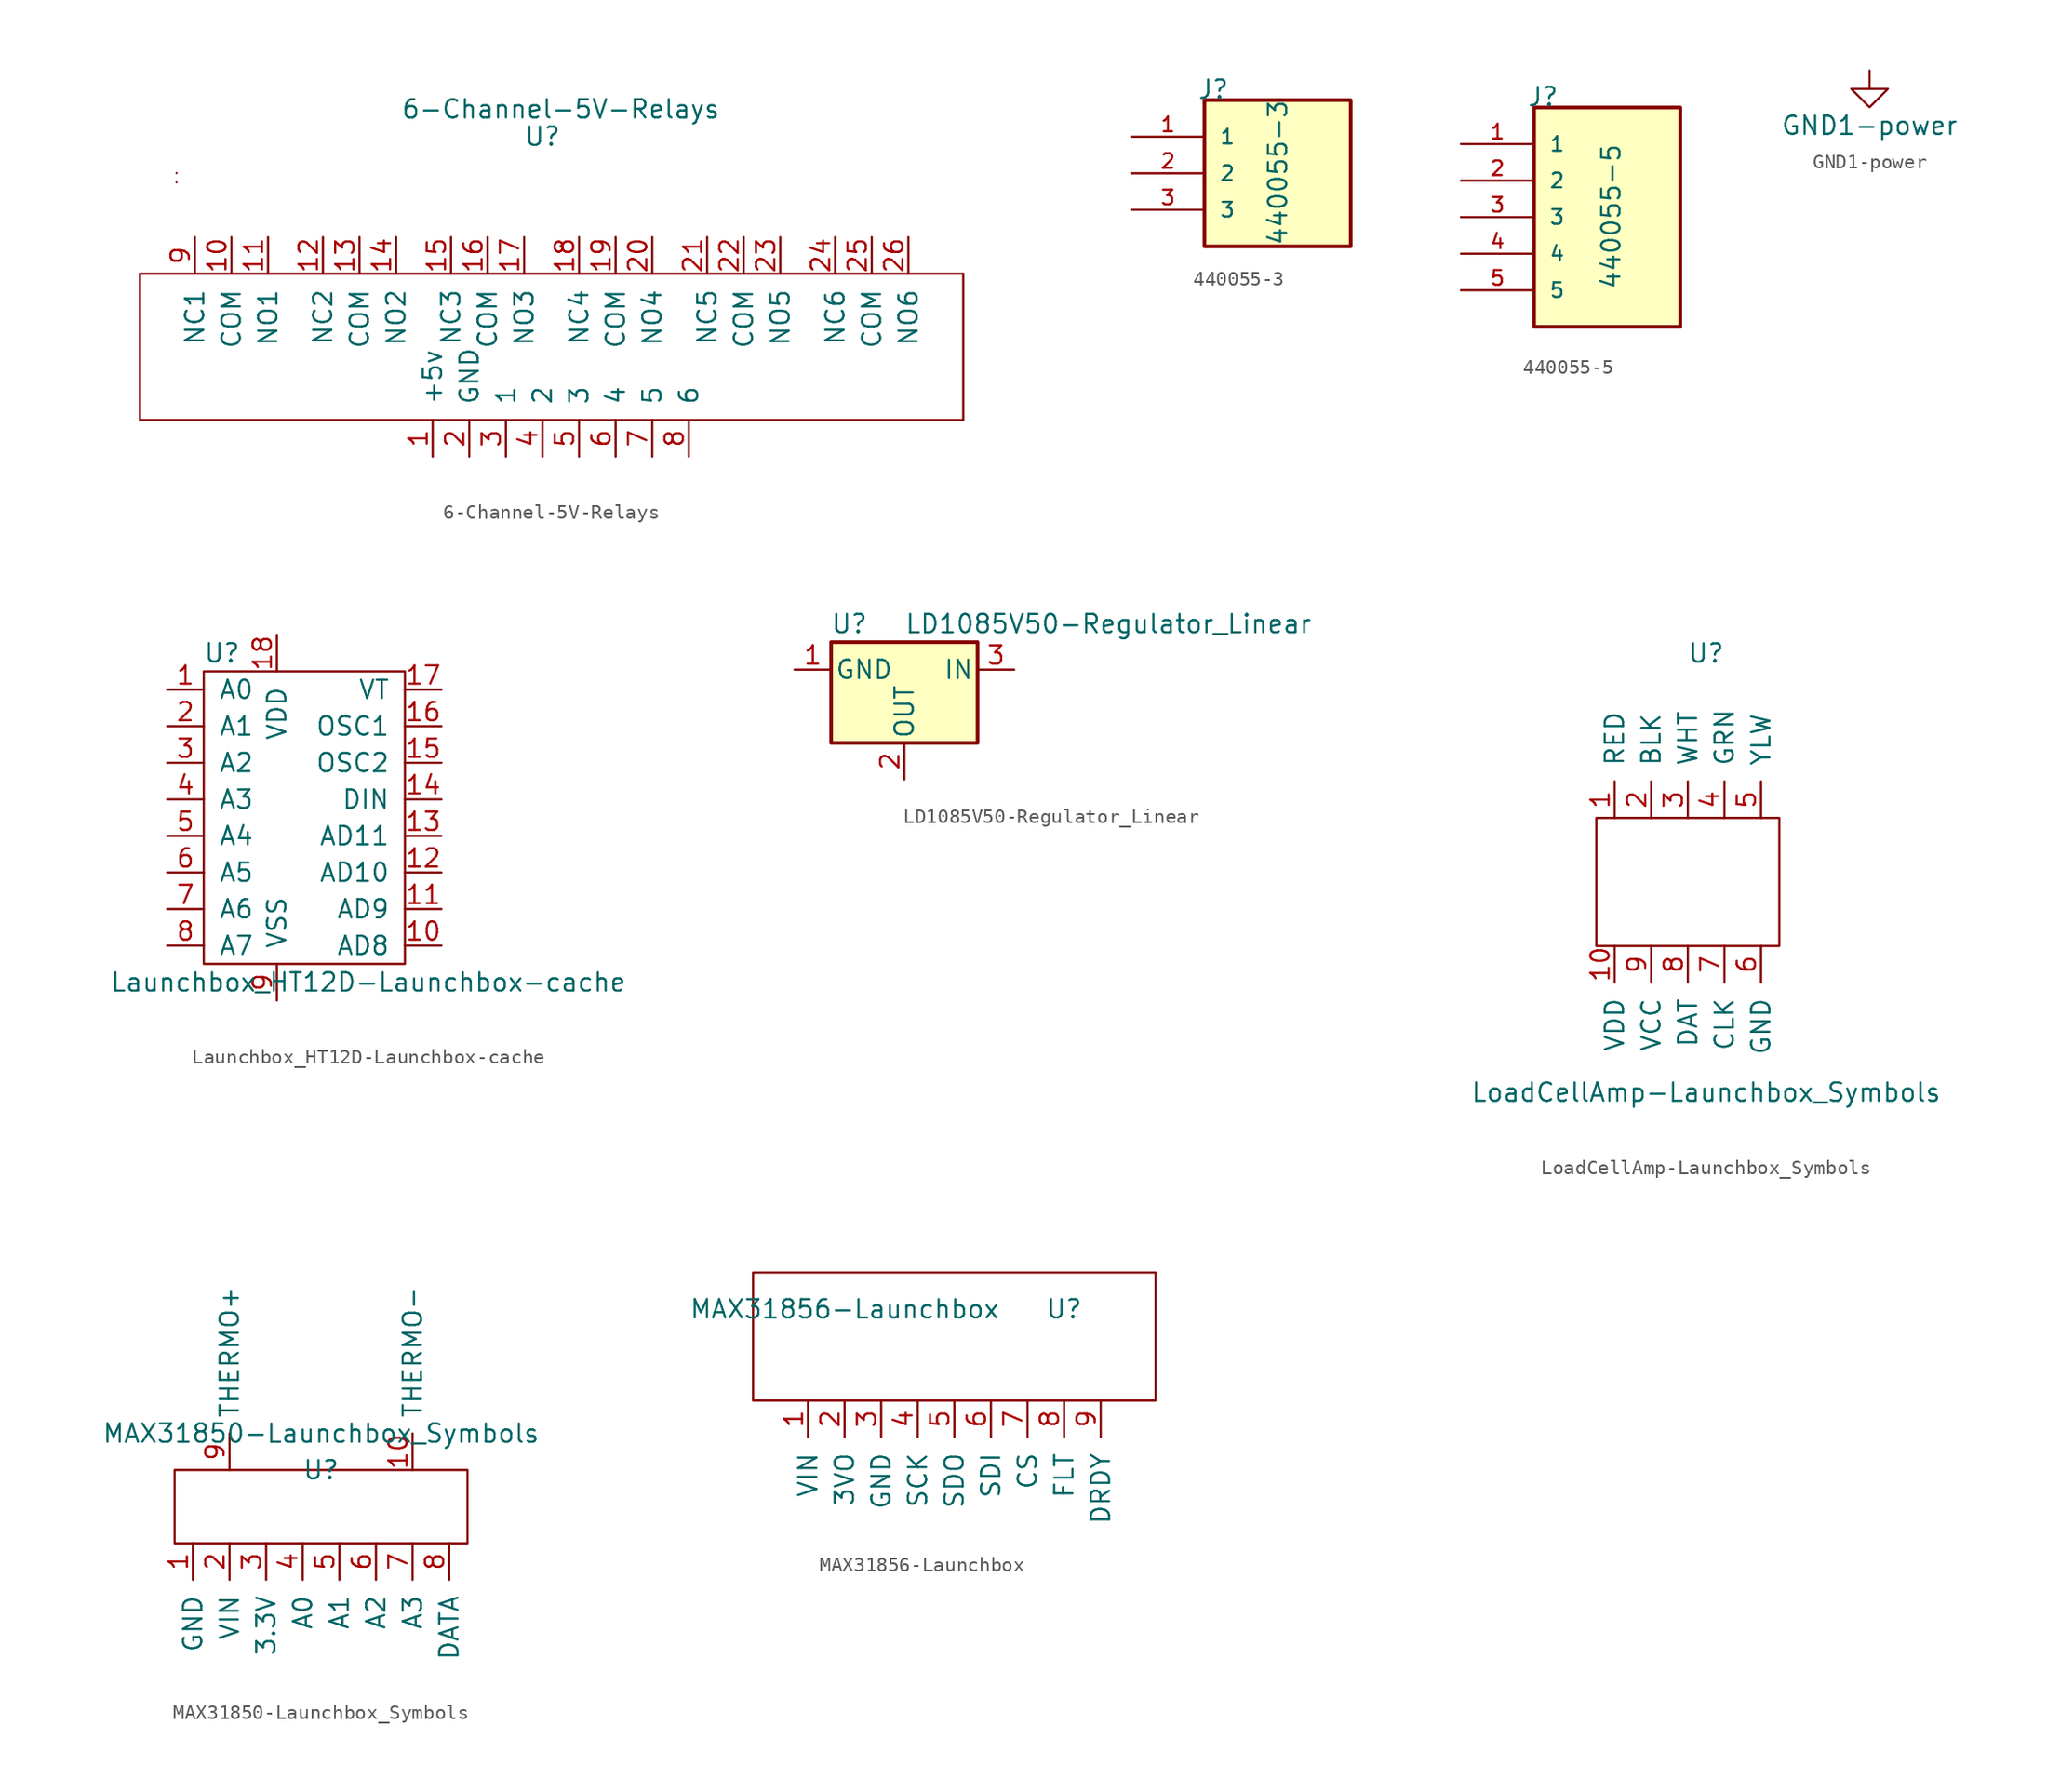
<source format=kicad_sym>
(kicad_symbol_lib
  (version 20211014)
  (generator kicad_symbol_editor)
  (symbol "6-Channel-5V-Relays"
    (pin_names
      (offset 1.016))
    (property "Reference" "U"
      (at 0 14.605 0)
      (effects (font (size 1.27 1.27))))
    (property "Value" "6-Channel-5V-Relays"
      (at 1.27 16.51 0)
      (effects (font (size 1.27 1.27))))
    (symbol "6-Channel-5V-Relays_0_1"
      (rectangle (start -25.4 11.43) (end -25.4 11.43) (stroke (width 0) (type default) (color 0 0 0 0)) (fill (type none)))
      (polyline (pts (xy -25.4 12.065) (xy -25.4 12.065)) (stroke (width 0) (type default) (color 0 0 0 0)) (fill (type none)))
      (polyline (pts (xy -27.94 5.08) (xy 29.21 5.08) (xy 29.21 -5.08) (xy -27.94 -5.08) (xy -27.94 5.08)) (stroke (width 0) (type default) (color 0 0 0 0)) (fill (type none)))
      (rectangle (start 1.27 6.985) (end 1.27 6.985) (stroke (width 0) (type default) (color 0 0 0 0)) (fill (type none)))
      (rectangle (start 1.27 6.985) (end 1.27 6.985) (stroke (width 0) (type default) (color 0 0 0 0)) (fill (type none))))
    (symbol "6-Channel-5V-Relays_1_1"
      (pin input line (at -7.62 -7.62 90) (length 2.54) (name "+5v" (effects (font (size 1.27 1.27)))) (number "1" (effects (font (size 1.27 1.27)))))
      (pin output line (at -21.59 7.62 270) (length 2.54) (name "COM" (effects (font (size 1.27 1.27)))) (number "10" (effects (font (size 1.27 1.27)))))
      (pin output line (at -19.05 7.62 270) (length 2.54) (name "NO1" (effects (font (size 1.27 1.27)))) (number "11" (effects (font (size 1.27 1.27)))))
      (pin output line (at -15.24 7.62 270) (length 2.54) (name "NC2" (effects (font (size 1.27 1.27)))) (number "12" (effects (font (size 1.27 1.27)))))
      (pin output line (at -12.7 7.62 270) (length 2.54) (name "COM" (effects (font (size 1.27 1.27)))) (number "13" (effects (font (size 1.27 1.27)))))
      (pin output line (at -10.16 7.62 270) (length 2.54) (name "NO2" (effects (font (size 1.27 1.27)))) (number "14" (effects (font (size 1.27 1.27)))))
      (pin output line (at -6.35 7.62 270) (length 2.54) (name "NC3" (effects (font (size 1.27 1.27)))) (number "15" (effects (font (size 1.27 1.27)))))
      (pin output line (at -3.81 7.62 270) (length 2.54) (name "COM" (effects (font (size 1.27 1.27)))) (number "16" (effects (font (size 1.27 1.27)))))
      (pin output line (at -1.27 7.62 270) (length 2.54) (name "NO3" (effects (font (size 1.27 1.27)))) (number "17" (effects (font (size 1.27 1.27)))))
      (pin output line (at 2.54 7.62 270) (length 2.54) (name "NC4" (effects (font (size 1.27 1.27)))) (number "18" (effects (font (size 1.27 1.27)))))
      (pin output line (at 5.08 7.62 270) (length 2.54) (name "COM" (effects (font (size 1.27 1.27)))) (number "19" (effects (font (size 1.27 1.27)))))
      (pin input line (at -5.08 -7.62 90) (length 2.54) (name "GND" (effects (font (size 1.27 1.27)))) (number "2" (effects (font (size 1.27 1.27)))))
      (pin output line (at 7.62 7.62 270) (length 2.54) (name "NO4" (effects (font (size 1.27 1.27)))) (number "20" (effects (font (size 1.27 1.27)))))
      (pin output line (at 11.43 7.62 270) (length 2.54) (name "NC5" (effects (font (size 1.27 1.27)))) (number "21" (effects (font (size 1.27 1.27)))))
      (pin output line (at 13.97 7.62 270) (length 2.54) (name "COM" (effects (font (size 1.27 1.27)))) (number "22" (effects (font (size 1.27 1.27)))))
      (pin output line (at 16.51 7.62 270) (length 2.54) (name "NO5" (effects (font (size 1.27 1.27)))) (number "23" (effects (font (size 1.27 1.27)))))
      (pin output line (at 20.32 7.62 270) (length 2.54) (name "NC6" (effects (font (size 1.27 1.27)))) (number "24" (effects (font (size 1.27 1.27)))))
      (pin output line (at 22.86 7.62 270) (length 2.54) (name "COM" (effects (font (size 1.27 1.27)))) (number "25" (effects (font (size 1.27 1.27)))))
      (pin output line (at 25.4 7.62 270) (length 2.54) (name "NO6" (effects (font (size 1.27 1.27)))) (number "26" (effects (font (size 1.27 1.27)))))
      (pin input line (at -2.54 -7.62 90) (length 2.54) (name "1" (effects (font (size 1.27 1.27)))) (number "3" (effects (font (size 1.27 1.27)))))
      (pin input line (at 0 -7.62 90) (length 2.54) (name "2" (effects (font (size 1.27 1.27)))) (number "4" (effects (font (size 1.27 1.27)))))
      (pin input line (at 2.54 -7.62 90) (length 2.54) (name "3" (effects (font (size 1.27 1.27)))) (number "5" (effects (font (size 1.27 1.27)))))
      (pin input line (at 5.08 -7.62 90) (length 2.54) (name "4" (effects (font (size 1.27 1.27)))) (number "6" (effects (font (size 1.27 1.27)))))
      (pin input line (at 7.62 -7.62 90) (length 2.54) (name "5" (effects (font (size 1.27 1.27)))) (number "7" (effects (font (size 1.27 1.27)))))
      (pin input line (at 10.16 -7.62 90) (length 2.54) (name "6" (effects (font (size 1.27 1.27)))) (number "8" (effects (font (size 1.27 1.27)))))
      (pin output line (at -24.13 7.62 270) (length 2.54) (name "NC1" (effects (font (size 1.27 1.27)))) (number "9" (effects (font (size 1.27 1.27)))))))
  (symbol "440055-3"
    (pin_names
      (offset 1.016))
    (property "Reference" "J"
      (at -5.588 5.08 0)
      (effects (font (size 1.27 1.27)) (justify left bottom)))
    (property "Value" "440055-3"
      (at 0.762 -5.08 90)
      (effects (font (size 1.27 1.27)) (justify left bottom)))
    (property "ki_locked" ""
      (at 0 0 0)
      (effects (font (size 1.27 1.27))))
    (symbol "440055-3_0_0"
      (rectangle (start -5.08 -5.08) (end 5.08 5.08) (stroke (width 0.254) (type default) (color 0 0 0 0)) (fill (type background)))
      (pin passive line (at -10.16 2.54 0) (length 5.08) (name "1" (effects (font (size 1.016 1.016)))) (number "1" (effects (font (size 1.016 1.016)))))
      (pin passive line (at -10.16 0 0) (length 5.08) (name "2" (effects (font (size 1.016 1.016)))) (number "2" (effects (font (size 1.016 1.016)))))
      (pin passive line (at -10.16 -2.54 0) (length 5.08) (name "3" (effects (font (size 1.016 1.016)))) (number "3" (effects (font (size 1.016 1.016)))))))
  (symbol "440055-5"
    (pin_names
      (offset 1.016))
    (property "Reference" "J"
      (at -5.588 7.62 0)
      (effects (font (size 1.27 1.27)) (justify left bottom)))
    (property "Value" "440055-5"
      (at 1.016 -5.08 90)
      (effects (font (size 1.27 1.27)) (justify left bottom)))
    (property "ki_locked" ""
      (at 0 0 0)
      (effects (font (size 1.27 1.27))))
    (symbol "440055-5_0_0"
      (rectangle (start -5.08 -7.62) (end 5.08 7.62) (stroke (width 0.254) (type default) (color 0 0 0 0)) (fill (type background)))
      (pin passive line (at -10.16 5.08 0) (length 5.08) (name "1" (effects (font (size 1.016 1.016)))) (number "1" (effects (font (size 1.016 1.016)))))
      (pin passive line (at -10.16 2.54 0) (length 5.08) (name "2" (effects (font (size 1.016 1.016)))) (number "2" (effects (font (size 1.016 1.016)))))
      (pin passive line (at -10.16 0 0) (length 5.08) (name "3" (effects (font (size 1.016 1.016)))) (number "3" (effects (font (size 1.016 1.016)))))
      (pin passive line (at -10.16 -2.54 0) (length 5.08) (name "4" (effects (font (size 1.016 1.016)))) (number "4" (effects (font (size 1.016 1.016)))))
      (pin passive line (at -10.16 -5.08 0) (length 5.08) (name "5" (effects (font (size 1.016 1.016)))) (number "5" (effects (font (size 1.016 1.016)))))))
  (symbol "GND1-power"
    (power)
    (pin_names
      (offset 0))
    (property "Reference" "#PWR"
      (at 0 -6.35 0)
      (effects (font (size 1.27 1.27)) hide))
    (property "Value" "GND1-power"
      (at 0 -3.81 0)
      (effects (font (size 1.27 1.27))))
    (symbol "GND1-power_0_1"
      (polyline (pts (xy 0 0) (xy 0 -1.27) (xy 1.27 -1.27) (xy 0 -2.54) (xy -1.27 -1.27) (xy 0 -1.27)) (stroke (width 0) (type default) (color 0 0 0 0)) (fill (type none))))
    (symbol "GND1-power_1_1"
      (pin power_in line (at 0 0 270) (length 0) hide (name "GND1" (effects (font (size 1.27 1.27)))) (number "1" (effects (font (size 1.27 1.27)))))))
  (symbol "Launchbox_HT12D-Launchbox-cache"
    (pin_names
      (offset 1.016))
    (property "Reference" "U"
      (at -1.27 11.43 0)
      (effects (font (size 1.27 1.27))))
    (property "Value" "Launchbox_HT12D-Launchbox-cache"
      (at 8.89 -11.43 0)
      (effects (font (size 1.27 1.27))))
    (symbol "Launchbox_HT12D-Launchbox-cache_0_1"
      (rectangle (start -2.54 10.16) (end 11.43 -10.16) (stroke (width 0) (type default) (color 0 0 0 0)) (fill (type none))))
    (symbol "Launchbox_HT12D-Launchbox-cache_1_1"
      (pin input line (at -5.08 8.89 0) (length 2.54) (name "A0" (effects (font (size 1.27 1.27)))) (number "1" (effects (font (size 1.27 1.27)))))
      (pin input line (at 13.97 -8.89 180) (length 2.54) (name "AD8" (effects (font (size 1.27 1.27)))) (number "10" (effects (font (size 1.27 1.27)))))
      (pin input line (at 13.97 -6.35 180) (length 2.54) (name "AD9" (effects (font (size 1.27 1.27)))) (number "11" (effects (font (size 1.27 1.27)))))
      (pin input line (at 13.97 -3.81 180) (length 2.54) (name "AD10" (effects (font (size 1.27 1.27)))) (number "12" (effects (font (size 1.27 1.27)))))
      (pin input line (at 13.97 -1.27 180) (length 2.54) (name "AD11" (effects (font (size 1.27 1.27)))) (number "13" (effects (font (size 1.27 1.27)))))
      (pin input line (at 13.97 1.27 180) (length 2.54) (name "DIN" (effects (font (size 1.27 1.27)))) (number "14" (effects (font (size 1.27 1.27)))))
      (pin input line (at 13.97 3.81 180) (length 2.54) (name "OSC2" (effects (font (size 1.27 1.27)))) (number "15" (effects (font (size 1.27 1.27)))))
      (pin input line (at 13.97 6.35 180) (length 2.54) (name "OSC1" (effects (font (size 1.27 1.27)))) (number "16" (effects (font (size 1.27 1.27)))))
      (pin input line (at 13.97 8.89 180) (length 2.54) (name "VT" (effects (font (size 1.27 1.27)))) (number "17" (effects (font (size 1.27 1.27)))))
      (pin input line (at 2.54 12.7 270) (length 2.54) (name "VDD" (effects (font (size 1.27 1.27)))) (number "18" (effects (font (size 1.27 1.27)))))
      (pin input line (at -5.08 6.35 0) (length 2.54) (name "A1" (effects (font (size 1.27 1.27)))) (number "2" (effects (font (size 1.27 1.27)))))
      (pin input line (at -5.08 3.81 0) (length 2.54) (name "A2" (effects (font (size 1.27 1.27)))) (number "3" (effects (font (size 1.27 1.27)))))
      (pin input line (at -5.08 1.27 0) (length 2.54) (name "A3" (effects (font (size 1.27 1.27)))) (number "4" (effects (font (size 1.27 1.27)))))
      (pin input line (at -5.08 -1.27 0) (length 2.54) (name "A4" (effects (font (size 1.27 1.27)))) (number "5" (effects (font (size 1.27 1.27)))))
      (pin input line (at -5.08 -3.81 0) (length 2.54) (name "A5" (effects (font (size 1.27 1.27)))) (number "6" (effects (font (size 1.27 1.27)))))
      (pin input line (at -5.08 -6.35 0) (length 2.54) (name "A6" (effects (font (size 1.27 1.27)))) (number "7" (effects (font (size 1.27 1.27)))))
      (pin input line (at -5.08 -8.89 0) (length 2.54) (name "A7" (effects (font (size 1.27 1.27)))) (number "8" (effects (font (size 1.27 1.27)))))
      (pin input line (at 2.54 -12.7 90) (length 2.54) (name "VSS" (effects (font (size 1.27 1.27)))) (number "9" (effects (font (size 1.27 1.27)))))))
  (symbol "LD1085V50-Regulator_Linear"
    (pin_names
      (offset 0.254))
    (property "Reference" "U"
      (at -3.81 3.175 0)
      (effects (font (size 1.27 1.27))))
    (property "Value" "LD1085V50-Regulator_Linear"
      (at 0 3.175 0)
      (effects (font (size 1.27 1.27)) (justify left)))
    (symbol "LD1085V50-Regulator_Linear_0_1"
      (rectangle (start -5.08 1.905) (end 5.08 -5.08) (stroke (width 0.254) (type default) (color 0 0 0 0)) (fill (type background))))
    (symbol "LD1085V50-Regulator_Linear_1_1"
      (pin power_in line (at -7.62 0 0) (length 2.54) (name "GND" (effects (font (size 1.27 1.27)))) (number "1" (effects (font (size 1.27 1.27)))))
      (pin power_out line (at 0 -7.62 90) (length 2.54) (name "OUT" (effects (font (size 1.27 1.27)))) (number "2" (effects (font (size 1.27 1.27)))))
      (pin power_in line (at 7.62 0 180) (length 2.54) (name "IN" (effects (font (size 1.27 1.27)))) (number "3" (effects (font (size 1.27 1.27)))))))
  (symbol "LoadCellAmp-Launchbox_Symbols"
    (pin_names
      (offset 1.016))
    (property "Reference" "U"
      (at 0 15.24 0)
      (effects (font (size 1.27 1.27))))
    (property "Value" "LoadCellAmp-Launchbox_Symbols"
      (at 0 -15.24 0)
      (effects (font (size 1.27 1.27))))
    (symbol "LoadCellAmp-Launchbox_Symbols_0_1"
      (rectangle (start -7.62 3.81) (end 5.08 -5.08) (stroke (width 0) (type default) (color 0 0 0 0)) (fill (type none))))
    (symbol "LoadCellAmp-Launchbox_Symbols_1_1"
      (pin input line (at -6.35 3.81 90) (length 2.54) (name "RED" (effects (font (size 1.27 1.27)))) (number "1" (effects (font (size 1.27 1.27)))))
      (pin input line (at -6.35 -5.08 270) (length 2.54) (name "VDD" (effects (font (size 1.27 1.27)))) (number "10" (effects (font (size 1.27 1.27)))))
      (pin input line (at -3.81 3.81 90) (length 2.54) (name "BLK" (effects (font (size 1.27 1.27)))) (number "2" (effects (font (size 1.27 1.27)))))
      (pin input line (at -1.27 3.81 90) (length 2.54) (name "WHT" (effects (font (size 1.27 1.27)))) (number "3" (effects (font (size 1.27 1.27)))))
      (pin input line (at 1.27 3.81 90) (length 2.54) (name "GRN" (effects (font (size 1.27 1.27)))) (number "4" (effects (font (size 1.27 1.27)))))
      (pin input line (at 3.81 3.81 90) (length 2.54) (name "YLW" (effects (font (size 1.27 1.27)))) (number "5" (effects (font (size 1.27 1.27)))))
      (pin input line (at 3.81 -5.08 270) (length 2.54) (name "GND" (effects (font (size 1.27 1.27)))) (number "6" (effects (font (size 1.27 1.27)))))
      (pin input line (at 1.27 -5.08 270) (length 2.54) (name "CLK" (effects (font (size 1.27 1.27)))) (number "7" (effects (font (size 1.27 1.27)))))
      (pin input line (at -1.27 -5.08 270) (length 2.54) (name "DAT" (effects (font (size 1.27 1.27)))) (number "8" (effects (font (size 1.27 1.27)))))
      (pin input line (at -3.81 -5.08 270) (length 2.54) (name "VCC" (effects (font (size 1.27 1.27)))) (number "9" (effects (font (size 1.27 1.27)))))))
  (symbol "MAX31850-Launchbox_Symbols"
    (pin_names
      (offset 1.016))
    (property "Reference" "U"
      (at 0 5.08 0)
      (effects (font (size 1.27 1.27))))
    (property "Value" "MAX31850-Launchbox_Symbols"
      (at 0 7.62 0)
      (effects (font (size 1.27 1.27))))
    (symbol "MAX31850-Launchbox_Symbols_0_1"
      (rectangle (start -10.16 0) (end 10.16 5.08) (stroke (width 0) (type default) (color 0 0 0 0)) (fill (type none))))
    (symbol "MAX31850-Launchbox_Symbols_1_1"
      (pin input line (at -8.89 0 270) (length 2.54) (name "GND" (effects (font (size 1.27 1.27)))) (number "1" (effects (font (size 1.27 1.27)))))
      (pin input line (at 6.35 5.08 90) (length 2.54) (name "THERMO-" (effects (font (size 1.27 1.27)))) (number "10" (effects (font (size 1.27 1.27)))))
      (pin input line (at -6.35 0 270) (length 2.54) (name "VIN" (effects (font (size 1.27 1.27)))) (number "2" (effects (font (size 1.27 1.27)))))
      (pin input line (at -3.81 0 270) (length 2.54) (name "3.3V" (effects (font (size 1.27 1.27)))) (number "3" (effects (font (size 1.27 1.27)))))
      (pin input line (at -1.27 0 270) (length 2.54) (name "A0" (effects (font (size 1.27 1.27)))) (number "4" (effects (font (size 1.27 1.27)))))
      (pin input line (at 1.27 0 270) (length 2.54) (name "A1" (effects (font (size 1.27 1.27)))) (number "5" (effects (font (size 1.27 1.27)))))
      (pin input line (at 3.81 0 270) (length 2.54) (name "A2" (effects (font (size 1.27 1.27)))) (number "6" (effects (font (size 1.27 1.27)))))
      (pin input line (at 6.35 0 270) (length 2.54) (name "A3" (effects (font (size 1.27 1.27)))) (number "7" (effects (font (size 1.27 1.27)))))
      (pin input line (at 8.89 0 270) (length 2.54) (name "DATA" (effects (font (size 1.27 1.27)))) (number "8" (effects (font (size 1.27 1.27)))))
      (pin input line (at -6.35 5.08 90) (length 2.54) (name "THERMO+" (effects (font (size 1.27 1.27)))) (number "9" (effects (font (size 1.27 1.27)))))))
  (symbol "MAX31856-Launchbox"
    (pin_names
      (offset 1.016))
    (property "Reference" "U"
      (at 7.62 6.35 0)
      (effects (font (size 1.27 1.27))))
    (property "Value" "MAX31856-Launchbox"
      (at -7.62 6.35 0)
      (effects (font (size 1.27 1.27))))
    (symbol "MAX31856-Launchbox_0_1"
      (rectangle (start -13.97 0) (end 13.97 8.89) (stroke (width 0) (type default) (color 0 0 0 0)) (fill (type none))))
    (symbol "MAX31856-Launchbox_1_1"
      (pin input line (at -10.16 0 270) (length 2.54) (name "VIN" (effects (font (size 1.27 1.27)))) (number "1" (effects (font (size 1.27 1.27)))))
      (pin input line (at -7.62 0 270) (length 2.54) (name "3VO" (effects (font (size 1.27 1.27)))) (number "2" (effects (font (size 1.27 1.27)))))
      (pin input line (at -5.08 0 270) (length 2.54) (name "GND" (effects (font (size 1.27 1.27)))) (number "3" (effects (font (size 1.27 1.27)))))
      (pin input line (at -2.54 0 270) (length 2.54) (name "SCK" (effects (font (size 1.27 1.27)))) (number "4" (effects (font (size 1.27 1.27)))))
      (pin input line (at 0 0 270) (length 2.54) (name "SDO" (effects (font (size 1.27 1.27)))) (number "5" (effects (font (size 1.27 1.27)))))
      (pin input line (at 2.54 0 270) (length 2.54) (name "SDI" (effects (font (size 1.27 1.27)))) (number "6" (effects (font (size 1.27 1.27)))))
      (pin input line (at 5.08 0 270) (length 2.54) (name "CS" (effects (font (size 1.27 1.27)))) (number "7" (effects (font (size 1.27 1.27)))))
      (pin input line (at 7.62 0 270) (length 2.54) (name "FLT" (effects (font (size 1.27 1.27)))) (number "8" (effects (font (size 1.27 1.27)))))
      (pin input line (at 10.16 0 270) (length 2.54) (name "DRDY" (effects (font (size 1.27 1.27)))) (number "9" (effects (font (size 1.27 1.27))))))))
</source>
